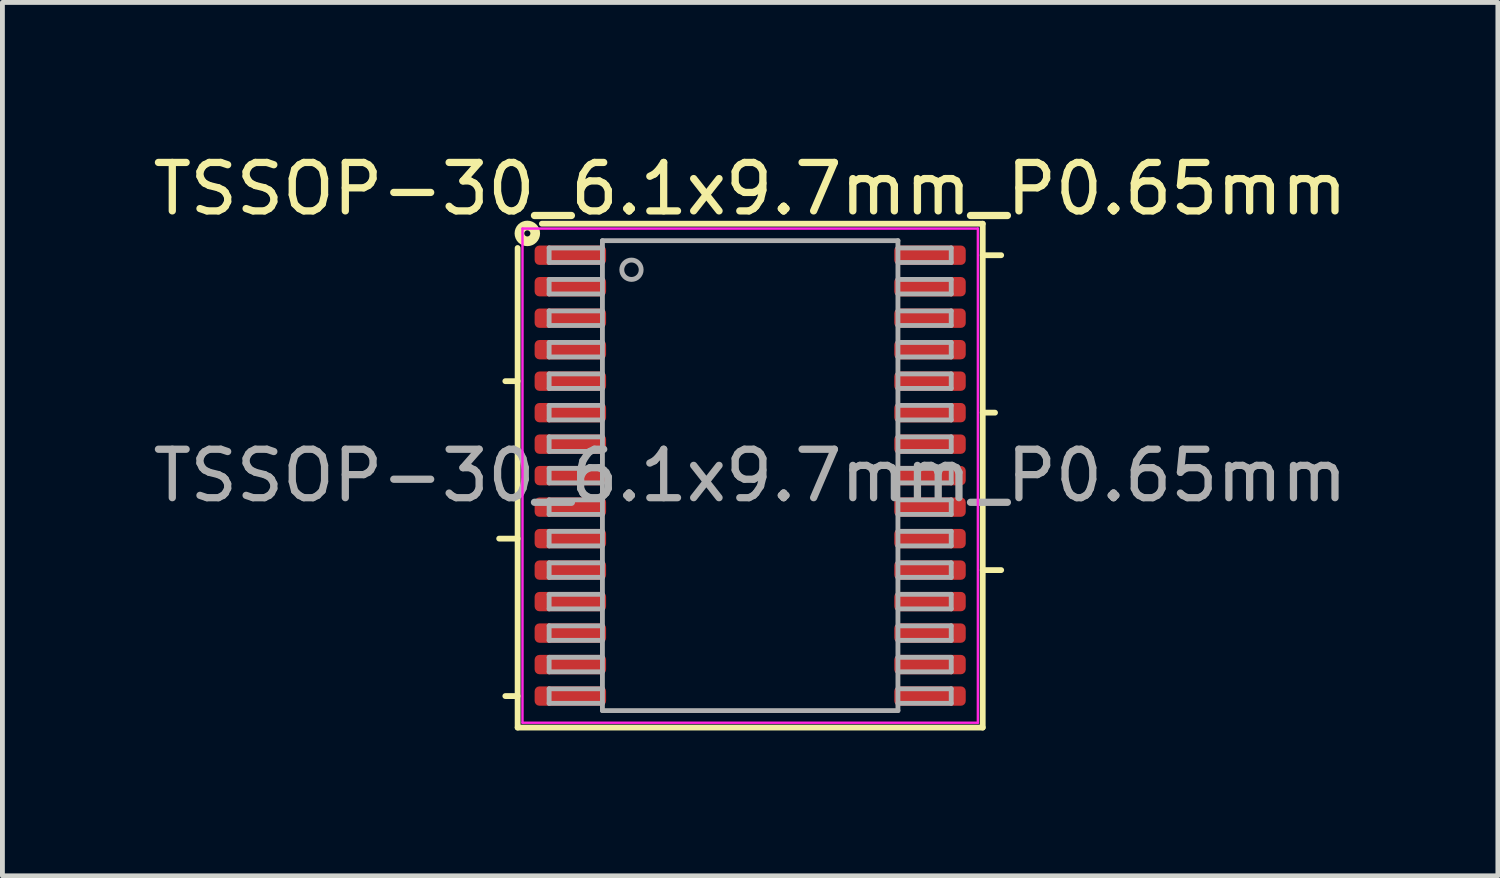
<source format=kicad_pcb>
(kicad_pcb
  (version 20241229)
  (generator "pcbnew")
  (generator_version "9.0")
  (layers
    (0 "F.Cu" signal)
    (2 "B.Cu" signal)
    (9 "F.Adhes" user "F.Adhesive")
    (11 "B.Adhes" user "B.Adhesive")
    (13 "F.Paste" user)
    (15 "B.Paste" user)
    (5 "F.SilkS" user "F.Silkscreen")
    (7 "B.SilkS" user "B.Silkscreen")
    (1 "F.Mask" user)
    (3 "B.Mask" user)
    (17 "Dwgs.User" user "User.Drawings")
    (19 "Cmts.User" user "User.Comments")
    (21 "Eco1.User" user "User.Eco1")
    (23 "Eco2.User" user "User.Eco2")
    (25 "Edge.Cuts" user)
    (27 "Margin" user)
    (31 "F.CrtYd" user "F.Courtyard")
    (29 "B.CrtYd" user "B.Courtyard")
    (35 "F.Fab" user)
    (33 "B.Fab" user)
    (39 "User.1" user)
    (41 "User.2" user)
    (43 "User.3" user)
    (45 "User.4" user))
  (footprint "TSSOP-30_6.1x9.7mm_P0.65mm"
    (layer "F.Cu")
    (at 12.435 6.768)
    (property "Reference" "TSSOP-30_6.1x9.7mm_P0.65mm" (at 0 -5.92 0) (layer "F.SilkS") (effects (font (size 1 1) (thickness 0.15))))
    (attr smd)
    (fp_line (start -4.8 -4.699) (end -4.8 5.2) (stroke (width 0.12) (type solid)) (layer "F.SilkS"))
    (fp_line (start -4.8 -1.95) (end -5.054 -1.95) (stroke (width 0.12) (type solid)) (layer "F.SilkS"))
    (fp_line (start -4.8 1.3) (end -5.181 1.3) (stroke (width 0.12) (type solid)) (layer "F.SilkS"))
    (fp_line (start -4.8 4.55) (end -5.054 4.55) (stroke (width 0.12) (type solid)) (layer "F.SilkS"))
    (fp_line (start -4.8 5.2) (end 4.8 5.2) (stroke (width 0.12) (type solid)) (layer "F.SilkS"))
    (fp_line (start 4.8 -5.2) (end -4.3 -5.2) (stroke (width 0.12) (type solid)) (layer "F.SilkS"))
    (fp_line (start 4.8 -4.55) (end 5.181 -4.55) (stroke (width 0.12) (type solid)) (layer "F.SilkS"))
    (fp_line (start 4.8 -1.3) (end 5.054 -1.3) (stroke (width 0.12) (type solid)) (layer "F.SilkS"))
    (fp_line (start 4.8 1.95) (end 5.181 1.95) (stroke (width 0.12) (type solid)) (layer "F.SilkS"))
    (fp_line (start 4.8 5.2) (end 4.8 -5.2) (stroke (width 0.12) (type solid)) (layer "F.SilkS"))
    (fp_circle (center -4.6 -5) (end -4.537 -5) (stroke (width 0.2) (type solid)) (fill no) (layer "F.SilkS"))
    (fp_line (start -4.7 -5.1) (end -4.7 5.1) (stroke (width 0.05) (type solid)) (layer "F.CrtYd"))
    (fp_line (start -4.7 5.1) (end 4.7 5.1) (stroke (width 0.05) (type solid)) (layer "F.CrtYd"))
    (fp_line (start 4.7 -5.1) (end -4.7 -5.1) (stroke (width 0.05) (type solid)) (layer "F.CrtYd"))
    (fp_line (start 4.7 5.1) (end 4.7 -5.1) (stroke (width 0.05) (type solid)) (layer "F.CrtYd"))
    (fp_line (start -4.15 -4.7) (end -4.15 -4.4) (stroke (width 0.1) (type solid)) (layer "F.Fab"))
    (fp_line (start -4.15 -4.7) (end -3.05 -4.7) (stroke (width 0.1) (type solid)) (layer "F.Fab"))
    (fp_line (start -4.15 -4.4) (end -3.05 -4.4) (stroke (width 0.1) (type solid)) (layer "F.Fab"))
    (fp_line (start -4.15 -4.05) (end -4.15 -3.75) (stroke (width 0.1) (type solid)) (layer "F.Fab"))
    (fp_line (start -4.15 -4.05) (end -3.05 -4.05) (stroke (width 0.1) (type solid)) (layer "F.Fab"))
    (fp_line (start -4.15 -3.75) (end -3.05 -3.75) (stroke (width 0.1) (type solid)) (layer "F.Fab"))
    (fp_line (start -4.15 -3.4) (end -4.15 -3.1) (stroke (width 0.1) (type solid)) (layer "F.Fab"))
    (fp_line (start -4.15 -3.4) (end -3.05 -3.4) (stroke (width 0.1) (type solid)) (layer "F.Fab"))
    (fp_line (start -4.15 -3.1) (end -3.05 -3.1) (stroke (width 0.1) (type solid)) (layer "F.Fab"))
    (fp_line (start -4.15 -2.75) (end -4.15 -2.45) (stroke (width 0.1) (type solid)) (layer "F.Fab"))
    (fp_line (start -4.15 -2.75) (end -3.05 -2.75) (stroke (width 0.1) (type solid)) (layer "F.Fab"))
    (fp_line (start -4.15 -2.45) (end -3.05 -2.45) (stroke (width 0.1) (type solid)) (layer "F.Fab"))
    (fp_line (start -4.15 -2.1) (end -4.15 -1.8) (stroke (width 0.1) (type solid)) (layer "F.Fab"))
    (fp_line (start -4.15 -2.1) (end -3.05 -2.1) (stroke (width 0.1) (type solid)) (layer "F.Fab"))
    (fp_line (start -4.15 -1.8) (end -3.05 -1.8) (stroke (width 0.1) (type solid)) (layer "F.Fab"))
    (fp_line (start -4.15 -1.45) (end -4.15 -1.15) (stroke (width 0.1) (type solid)) (layer "F.Fab"))
    (fp_line (start -4.15 -1.45) (end -3.05 -1.45) (stroke (width 0.1) (type solid)) (layer "F.Fab"))
    (fp_line (start -4.15 -1.15) (end -3.05 -1.15) (stroke (width 0.1) (type solid)) (layer "F.Fab"))
    (fp_line (start -4.15 -0.8) (end -4.15 -0.5) (stroke (width 0.1) (type solid)) (layer "F.Fab"))
    (fp_line (start -4.15 -0.8) (end -3.05 -0.8) (stroke (width 0.1) (type solid)) (layer "F.Fab"))
    (fp_line (start -4.15 -0.5) (end -3.05 -0.5) (stroke (width 0.1) (type solid)) (layer "F.Fab"))
    (fp_line (start -4.15 -0.15) (end -4.15 0.15) (stroke (width 0.1) (type solid)) (layer "F.Fab"))
    (fp_line (start -4.15 -0.15) (end -3.05 -0.15) (stroke (width 0.1) (type solid)) (layer "F.Fab"))
    (fp_line (start -4.15 0.15) (end -3.05 0.15) (stroke (width 0.1) (type solid)) (layer "F.Fab"))
    (fp_line (start -4.15 0.5) (end -4.15 0.8) (stroke (width 0.1) (type solid)) (layer "F.Fab"))
    (fp_line (start -4.15 0.5) (end -3.05 0.5) (stroke (width 0.1) (type solid)) (layer "F.Fab"))
    (fp_line (start -4.15 0.8) (end -3.05 0.8) (stroke (width 0.1) (type solid)) (layer "F.Fab"))
    (fp_line (start -4.15 1.15) (end -4.15 1.45) (stroke (width 0.1) (type solid)) (layer "F.Fab"))
    (fp_line (start -4.15 1.15) (end -3.05 1.15) (stroke (width 0.1) (type solid)) (layer "F.Fab"))
    (fp_line (start -4.15 1.45) (end -3.05 1.45) (stroke (width 0.1) (type solid)) (layer "F.Fab"))
    (fp_line (start -4.15 1.8) (end -4.15 2.1) (stroke (width 0.1) (type solid)) (layer "F.Fab"))
    (fp_line (start -4.15 1.8) (end -3.05 1.8) (stroke (width 0.1) (type solid)) (layer "F.Fab"))
    (fp_line (start -4.15 2.1) (end -3.05 2.1) (stroke (width 0.1) (type solid)) (layer "F.Fab"))
    (fp_line (start -4.15 2.45) (end -4.15 2.75) (stroke (width 0.1) (type solid)) (layer "F.Fab"))
    (fp_line (start -4.15 2.45) (end -3.05 2.45) (stroke (width 0.1) (type solid)) (layer "F.Fab"))
    (fp_line (start -4.15 2.75) (end -3.05 2.75) (stroke (width 0.1) (type solid)) (layer "F.Fab"))
    (fp_line (start -4.15 3.1) (end -4.15 3.4) (stroke (width 0.1) (type solid)) (layer "F.Fab"))
    (fp_line (start -4.15 3.1) (end -3.05 3.1) (stroke (width 0.1) (type solid)) (layer "F.Fab"))
    (fp_line (start -4.15 3.4) (end -3.05 3.4) (stroke (width 0.1) (type solid)) (layer "F.Fab"))
    (fp_line (start -4.15 3.75) (end -4.15 4.05) (stroke (width 0.1) (type solid)) (layer "F.Fab"))
    (fp_line (start -4.15 3.75) (end -3.05 3.75) (stroke (width 0.1) (type solid)) (layer "F.Fab"))
    (fp_line (start -4.15 4.05) (end -3.05 4.05) (stroke (width 0.1) (type solid)) (layer "F.Fab"))
    (fp_line (start -4.15 4.4) (end -4.15 4.7) (stroke (width 0.1) (type solid)) (layer "F.Fab"))
    (fp_line (start -4.15 4.4) (end -3.05 4.4) (stroke (width 0.1) (type solid)) (layer "F.Fab"))
    (fp_line (start -4.15 4.7) (end -3.05 4.7) (stroke (width 0.1) (type solid)) (layer "F.Fab"))
    (fp_line (start -3.05 -4.85) (end 3.05 -4.85) (stroke (width 0.1) (type solid)) (layer "F.Fab"))
    (fp_line (start -3.05 4.85) (end -3.05 -4.85) (stroke (width 0.1) (type solid)) (layer "F.Fab"))
    (fp_line (start 3.05 -4.85) (end 3.05 4.85) (stroke (width 0.1) (type solid)) (layer "F.Fab"))
    (fp_line (start 3.05 4.85) (end -3.05 4.85) (stroke (width 0.1) (type solid)) (layer "F.Fab"))
    (fp_line (start 4.15 -4.7) (end 3.05 -4.7) (stroke (width 0.1) (type solid)) (layer "F.Fab"))
    (fp_line (start 4.15 -4.4) (end 3.05 -4.4) (stroke (width 0.1) (type solid)) (layer "F.Fab"))
    (fp_line (start 4.15 -4.4) (end 4.15 -4.7) (stroke (width 0.1) (type solid)) (layer "F.Fab"))
    (fp_line (start 4.15 -4.05) (end 3.05 -4.05) (stroke (width 0.1) (type solid)) (layer "F.Fab"))
    (fp_line (start 4.15 -3.75) (end 3.05 -3.75) (stroke (width 0.1) (type solid)) (layer "F.Fab"))
    (fp_line (start 4.15 -3.75) (end 4.15 -4.05) (stroke (width 0.1) (type solid)) (layer "F.Fab"))
    (fp_line (start 4.15 -3.4) (end 3.05 -3.4) (stroke (width 0.1) (type solid)) (layer "F.Fab"))
    (fp_line (start 4.15 -3.1) (end 3.05 -3.1) (stroke (width 0.1) (type solid)) (layer "F.Fab"))
    (fp_line (start 4.15 -3.1) (end 4.15 -3.4) (stroke (width 0.1) (type solid)) (layer "F.Fab"))
    (fp_line (start 4.15 -2.75) (end 3.05 -2.75) (stroke (width 0.1) (type solid)) (layer "F.Fab"))
    (fp_line (start 4.15 -2.45) (end 3.05 -2.45) (stroke (width 0.1) (type solid)) (layer "F.Fab"))
    (fp_line (start 4.15 -2.45) (end 4.15 -2.75) (stroke (width 0.1) (type solid)) (layer "F.Fab"))
    (fp_line (start 4.15 -2.1) (end 3.05 -2.1) (stroke (width 0.1) (type solid)) (layer "F.Fab"))
    (fp_line (start 4.15 -1.8) (end 3.05 -1.8) (stroke (width 0.1) (type solid)) (layer "F.Fab"))
    (fp_line (start 4.15 -1.8) (end 4.15 -2.1) (stroke (width 0.1) (type solid)) (layer "F.Fab"))
    (fp_line (start 4.15 -1.45) (end 3.05 -1.45) (stroke (width 0.1) (type solid)) (layer "F.Fab"))
    (fp_line (start 4.15 -1.15) (end 3.05 -1.15) (stroke (width 0.1) (type solid)) (layer "F.Fab"))
    (fp_line (start 4.15 -1.15) (end 4.15 -1.45) (stroke (width 0.1) (type solid)) (layer "F.Fab"))
    (fp_line (start 4.15 -0.8) (end 3.05 -0.8) (stroke (width 0.1) (type solid)) (layer "F.Fab"))
    (fp_line (start 4.15 -0.5) (end 3.05 -0.5) (stroke (width 0.1) (type solid)) (layer "F.Fab"))
    (fp_line (start 4.15 -0.5) (end 4.15 -0.8) (stroke (width 0.1) (type solid)) (layer "F.Fab"))
    (fp_line (start 4.15 -0.15) (end 3.05 -0.15) (stroke (width 0.1) (type solid)) (layer "F.Fab"))
    (fp_line (start 4.15 0.15) (end 3.05 0.15) (stroke (width 0.1) (type solid)) (layer "F.Fab"))
    (fp_line (start 4.15 0.15) (end 4.15 -0.15) (stroke (width 0.1) (type solid)) (layer "F.Fab"))
    (fp_line (start 4.15 0.5) (end 3.05 0.5) (stroke (width 0.1) (type solid)) (layer "F.Fab"))
    (fp_line (start 4.15 0.8) (end 3.05 0.8) (stroke (width 0.1) (type solid)) (layer "F.Fab"))
    (fp_line (start 4.15 0.8) (end 4.15 0.5) (stroke (width 0.1) (type solid)) (layer "F.Fab"))
    (fp_line (start 4.15 1.15) (end 3.05 1.15) (stroke (width 0.1) (type solid)) (layer "F.Fab"))
    (fp_line (start 4.15 1.45) (end 3.05 1.45) (stroke (width 0.1) (type solid)) (layer "F.Fab"))
    (fp_line (start 4.15 1.45) (end 4.15 1.15) (stroke (width 0.1) (type solid)) (layer "F.Fab"))
    (fp_line (start 4.15 1.8) (end 3.05 1.8) (stroke (width 0.1) (type solid)) (layer "F.Fab"))
    (fp_line (start 4.15 2.1) (end 3.05 2.1) (stroke (width 0.1) (type solid)) (layer "F.Fab"))
    (fp_line (start 4.15 2.1) (end 4.15 1.8) (stroke (width 0.1) (type solid)) (layer "F.Fab"))
    (fp_line (start 4.15 2.45) (end 3.05 2.45) (stroke (width 0.1) (type solid)) (layer "F.Fab"))
    (fp_line (start 4.15 2.75) (end 3.05 2.75) (stroke (width 0.1) (type solid)) (layer "F.Fab"))
    (fp_line (start 4.15 2.75) (end 4.15 2.45) (stroke (width 0.1) (type solid)) (layer "F.Fab"))
    (fp_line (start 4.15 3.1) (end 3.05 3.1) (stroke (width 0.1) (type solid)) (layer "F.Fab"))
    (fp_line (start 4.15 3.4) (end 3.05 3.4) (stroke (width 0.1) (type solid)) (layer "F.Fab"))
    (fp_line (start 4.15 3.4) (end 4.15 3.1) (stroke (width 0.1) (type solid)) (layer "F.Fab"))
    (fp_line (start 4.15 3.75) (end 3.05 3.75) (stroke (width 0.1) (type solid)) (layer "F.Fab"))
    (fp_line (start 4.15 4.05) (end 3.05 4.05) (stroke (width 0.1) (type solid)) (layer "F.Fab"))
    (fp_line (start 4.15 4.05) (end 4.15 3.75) (stroke (width 0.1) (type solid)) (layer "F.Fab"))
    (fp_line (start 4.15 4.4) (end 3.05 4.4) (stroke (width 0.1) (type solid)) (layer "F.Fab"))
    (fp_line (start 4.15 4.7) (end 3.05 4.7) (stroke (width 0.1) (type solid)) (layer "F.Fab"))
    (fp_line (start 4.15 4.7) (end 4.15 4.4) (stroke (width 0.1) (type solid)) (layer "F.Fab"))
    (fp_circle (center -2.45 -4.25) (end -2.25 -4.25) (stroke (width 0.1) (type solid)) (fill no) (layer "F.Fab"))
    (fp_text user "${REFERENCE}" (at 0 0 0) (layer "F.Fab") (effects (font (size 1 1) (thickness 0.15))))
    (pad "1" smd roundrect (at -3.712 -4.55) (size 1.475 0.4) (layers "F.Cu" "F.Mask" "F.Paste") (roundrect_rratio 0.25))
    (pad "2" smd roundrect (at -3.712 -3.9) (size 1.475 0.4) (layers "F.Cu" "F.Mask" "F.Paste") (roundrect_rratio 0.25))
    (pad "3" smd roundrect (at -3.712 -3.25) (size 1.475 0.4) (layers "F.Cu" "F.Mask" "F.Paste") (roundrect_rratio 0.25))
    (pad "4" smd roundrect (at -3.712 -2.6) (size 1.475 0.4) (layers "F.Cu" "F.Mask" "F.Paste") (roundrect_rratio 0.25))
    (pad "5" smd roundrect (at -3.712 -1.95) (size 1.475 0.4) (layers "F.Cu" "F.Mask" "F.Paste") (roundrect_rratio 0.25))
    (pad "6" smd roundrect (at -3.712 -1.3) (size 1.475 0.4) (layers "F.Cu" "F.Mask" "F.Paste") (roundrect_rratio 0.25))
    (pad "7" smd roundrect (at -3.712 -0.65) (size 1.475 0.4) (layers "F.Cu" "F.Mask" "F.Paste") (roundrect_rratio 0.25))
    (pad "8" smd roundrect (at -3.712 0) (size 1.475 0.4) (layers "F.Cu" "F.Mask" "F.Paste") (roundrect_rratio 0.25))
    (pad "9" smd roundrect (at -3.712 0.65) (size 1.475 0.4) (layers "F.Cu" "F.Mask" "F.Paste") (roundrect_rratio 0.25))
    (pad "10" smd roundrect (at -3.712 1.3) (size 1.475 0.4) (layers "F.Cu" "F.Mask" "F.Paste") (roundrect_rratio 0.25))
    (pad "11" smd roundrect (at -3.712 1.95) (size 1.475 0.4) (layers "F.Cu" "F.Mask" "F.Paste") (roundrect_rratio 0.25))
    (pad "12" smd roundrect (at -3.712 2.6) (size 1.475 0.4) (layers "F.Cu" "F.Mask" "F.Paste") (roundrect_rratio 0.25))
    (pad "13" smd roundrect (at -3.712 3.25) (size 1.475 0.4) (layers "F.Cu" "F.Mask" "F.Paste") (roundrect_rratio 0.25))
    (pad "14" smd roundrect (at -3.712 3.9) (size 1.475 0.4) (layers "F.Cu" "F.Mask" "F.Paste") (roundrect_rratio 0.25))
    (pad "15" smd roundrect (at -3.712 4.55) (size 1.475 0.4) (layers "F.Cu" "F.Mask" "F.Paste") (roundrect_rratio 0.25))
    (pad "16" smd roundrect (at 3.712 4.55) (size 1.475 0.4) (layers "F.Cu" "F.Mask" "F.Paste") (roundrect_rratio 0.25))
    (pad "17" smd roundrect (at 3.712 3.9) (size 1.475 0.4) (layers "F.Cu" "F.Mask" "F.Paste") (roundrect_rratio 0.25))
    (pad "18" smd roundrect (at 3.712 3.25) (size 1.475 0.4) (layers "F.Cu" "F.Mask" "F.Paste") (roundrect_rratio 0.25))
    (pad "19" smd roundrect (at 3.712 2.6) (size 1.475 0.4) (layers "F.Cu" "F.Mask" "F.Paste") (roundrect_rratio 0.25))
    (pad "20" smd roundrect (at 3.712 1.95) (size 1.475 0.4) (layers "F.Cu" "F.Mask" "F.Paste") (roundrect_rratio 0.25))
    (pad "21" smd roundrect (at 3.712 1.3) (size 1.475 0.4) (layers "F.Cu" "F.Mask" "F.Paste") (roundrect_rratio 0.25))
    (pad "22" smd roundrect (at 3.712 0.65) (size 1.475 0.4) (layers "F.Cu" "F.Mask" "F.Paste") (roundrect_rratio 0.25))
    (pad "23" smd roundrect (at 3.712 0) (size 1.475 0.4) (layers "F.Cu" "F.Mask" "F.Paste") (roundrect_rratio 0.25))
    (pad "24" smd roundrect (at 3.712 -0.65) (size 1.475 0.4) (layers "F.Cu" "F.Mask" "F.Paste") (roundrect_rratio 0.25))
    (pad "25" smd roundrect (at 3.712 -1.3) (size 1.475 0.4) (layers "F.Cu" "F.Mask" "F.Paste") (roundrect_rratio 0.25))
    (pad "26" smd roundrect (at 3.712 -1.95) (size 1.475 0.4) (layers "F.Cu" "F.Mask" "F.Paste") (roundrect_rratio 0.25))
    (pad "27" smd roundrect (at 3.712 -2.6) (size 1.475 0.4) (layers "F.Cu" "F.Mask" "F.Paste") (roundrect_rratio 0.25))
    (pad "28" smd roundrect (at 3.712 -3.25) (size 1.475 0.4) (layers "F.Cu" "F.Mask" "F.Paste") (roundrect_rratio 0.25))
    (pad "29" smd roundrect (at 3.712 -3.9) (size 1.475 0.4) (layers "F.Cu" "F.Mask" "F.Paste") (roundrect_rratio 0.25))
    (pad "30" smd roundrect (at 3.712 -4.55) (size 1.475 0.4) (layers "F.Cu" "F.Mask" "F.Paste") (roundrect_rratio 0.25)))
  (gr_rect
    (start -3 -3)
    (end 27.869 15.028)
    (stroke (width 0.1) (type default))
    (fill no)
    (layer "Edge.Cuts")))
</source>
